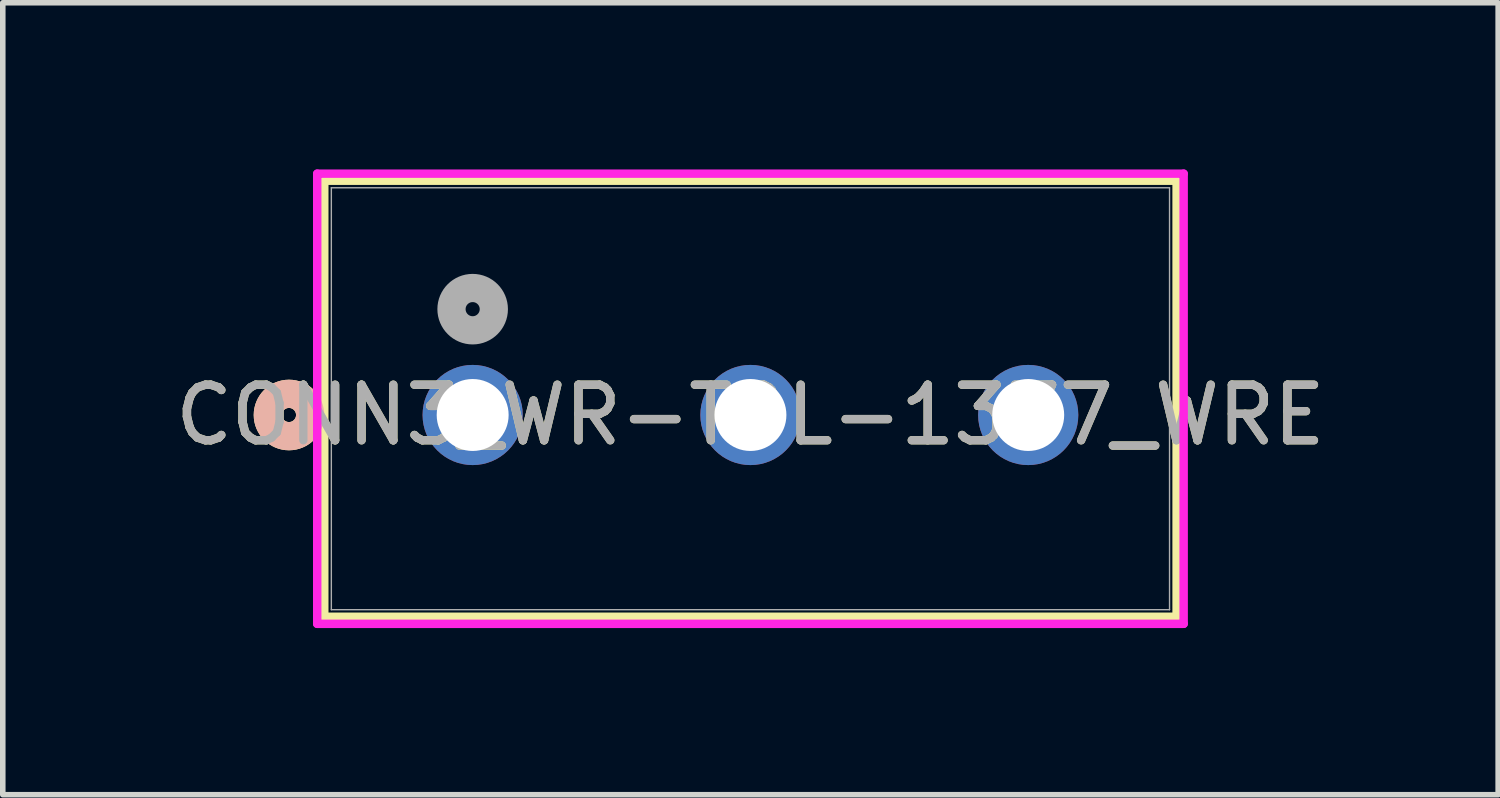
<source format=kicad_pcb>
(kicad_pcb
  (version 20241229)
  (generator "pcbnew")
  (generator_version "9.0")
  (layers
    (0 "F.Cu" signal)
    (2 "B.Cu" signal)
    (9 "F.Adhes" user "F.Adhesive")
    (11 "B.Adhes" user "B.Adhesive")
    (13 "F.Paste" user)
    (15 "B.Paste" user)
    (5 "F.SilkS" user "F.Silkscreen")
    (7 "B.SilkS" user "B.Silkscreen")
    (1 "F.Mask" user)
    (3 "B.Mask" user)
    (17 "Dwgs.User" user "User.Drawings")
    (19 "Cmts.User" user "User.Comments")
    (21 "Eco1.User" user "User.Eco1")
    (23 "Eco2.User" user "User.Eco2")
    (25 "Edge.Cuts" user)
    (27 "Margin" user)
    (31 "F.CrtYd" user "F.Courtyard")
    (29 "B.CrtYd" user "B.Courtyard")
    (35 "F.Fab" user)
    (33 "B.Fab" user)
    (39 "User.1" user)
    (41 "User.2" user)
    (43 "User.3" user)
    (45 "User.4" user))
  (footprint "CONN3_WR-TBL-1377_WRE"
    (layer "F.Cu")
    (at 5.458 4.42)
    (property "Reference" "CONN3_WR-TBL-1377_WRE" (at 5 0 0) (unlocked yes) (layer "F.SilkS") (effects (font (size 1 1) (thickness 0.15))))
    (attr through_hole)
    (fp_line (start -2.671 -4.217) (end -2.671 3.632) (stroke (width 0.152) (type solid)) (layer "F.SilkS"))
    (fp_line (start -2.671 3.632) (end 12.671 3.632) (stroke (width 0.152) (type solid)) (layer "F.SilkS"))
    (fp_line (start 12.671 -4.217) (end -2.671 -4.217) (stroke (width 0.152) (type solid)) (layer "F.SilkS"))
    (fp_line (start 12.671 3.632) (end 12.671 -4.217) (stroke (width 0.152) (type solid)) (layer "F.SilkS"))
    (fp_circle (center -3.306 0) (end -2.925 0) (stroke (width 0.508) (type solid)) (fill no) (layer "F.SilkS"))
    (fp_circle (center -3.306 0) (end -2.925 0) (stroke (width 0.508) (type solid)) (fill no) (layer "B.SilkS"))
    (fp_line (start -2.798 -4.344) (end -2.798 3.759) (stroke (width 0.152) (type solid)) (layer "F.CrtYd"))
    (fp_line (start -2.798 3.759) (end 12.798 3.759) (stroke (width 0.152) (type solid)) (layer "F.CrtYd"))
    (fp_line (start 12.798 -4.344) (end -2.798 -4.344) (stroke (width 0.152) (type solid)) (layer "F.CrtYd"))
    (fp_line (start 12.798 3.759) (end 12.798 -4.344) (stroke (width 0.152) (type solid)) (layer "F.CrtYd"))
    (fp_line (start -2.544 -4.09) (end -2.544 3.505) (stroke (width 0.025) (type solid)) (layer "F.Fab"))
    (fp_line (start -2.544 3.505) (end 12.544 3.505) (stroke (width 0.025) (type solid)) (layer "F.Fab"))
    (fp_line (start 12.544 -4.09) (end -2.544 -4.09) (stroke (width 0.025) (type solid)) (layer "F.Fab"))
    (fp_line (start 12.544 3.505) (end 12.544 -4.09) (stroke (width 0.025) (type solid)) (layer "F.Fab"))
    (fp_circle (center 0 -1.905) (end 0.381 -1.905) (stroke (width 0.508) (type solid)) (fill no) (layer "F.Fab"))
    (fp_text user "${REFERENCE}" (at 5 0 0) (unlocked yes) (layer "F.Fab") (effects (font (size 1 1) (thickness 0.15))))
    (pad "1" thru_hole circle (at 0 0) (size 1.803 1.803) (drill 1.295) (layers "*.Cu" "*.Mask"))
    (pad "2" thru_hole circle (at 5 0) (size 1.803 1.803) (drill 1.295) (layers "*.Cu" "*.Mask"))
    (pad "3" thru_hole circle (at 10 0) (size 1.803 1.803) (drill 1.295) (layers "*.Cu" "*.Mask")))
  (gr_rect
    (start -3 -3)
    (end 23.917 11.255)
    (stroke (width 0.1) (type default))
    (fill no)
    (layer "Edge.Cuts")))
</source>
